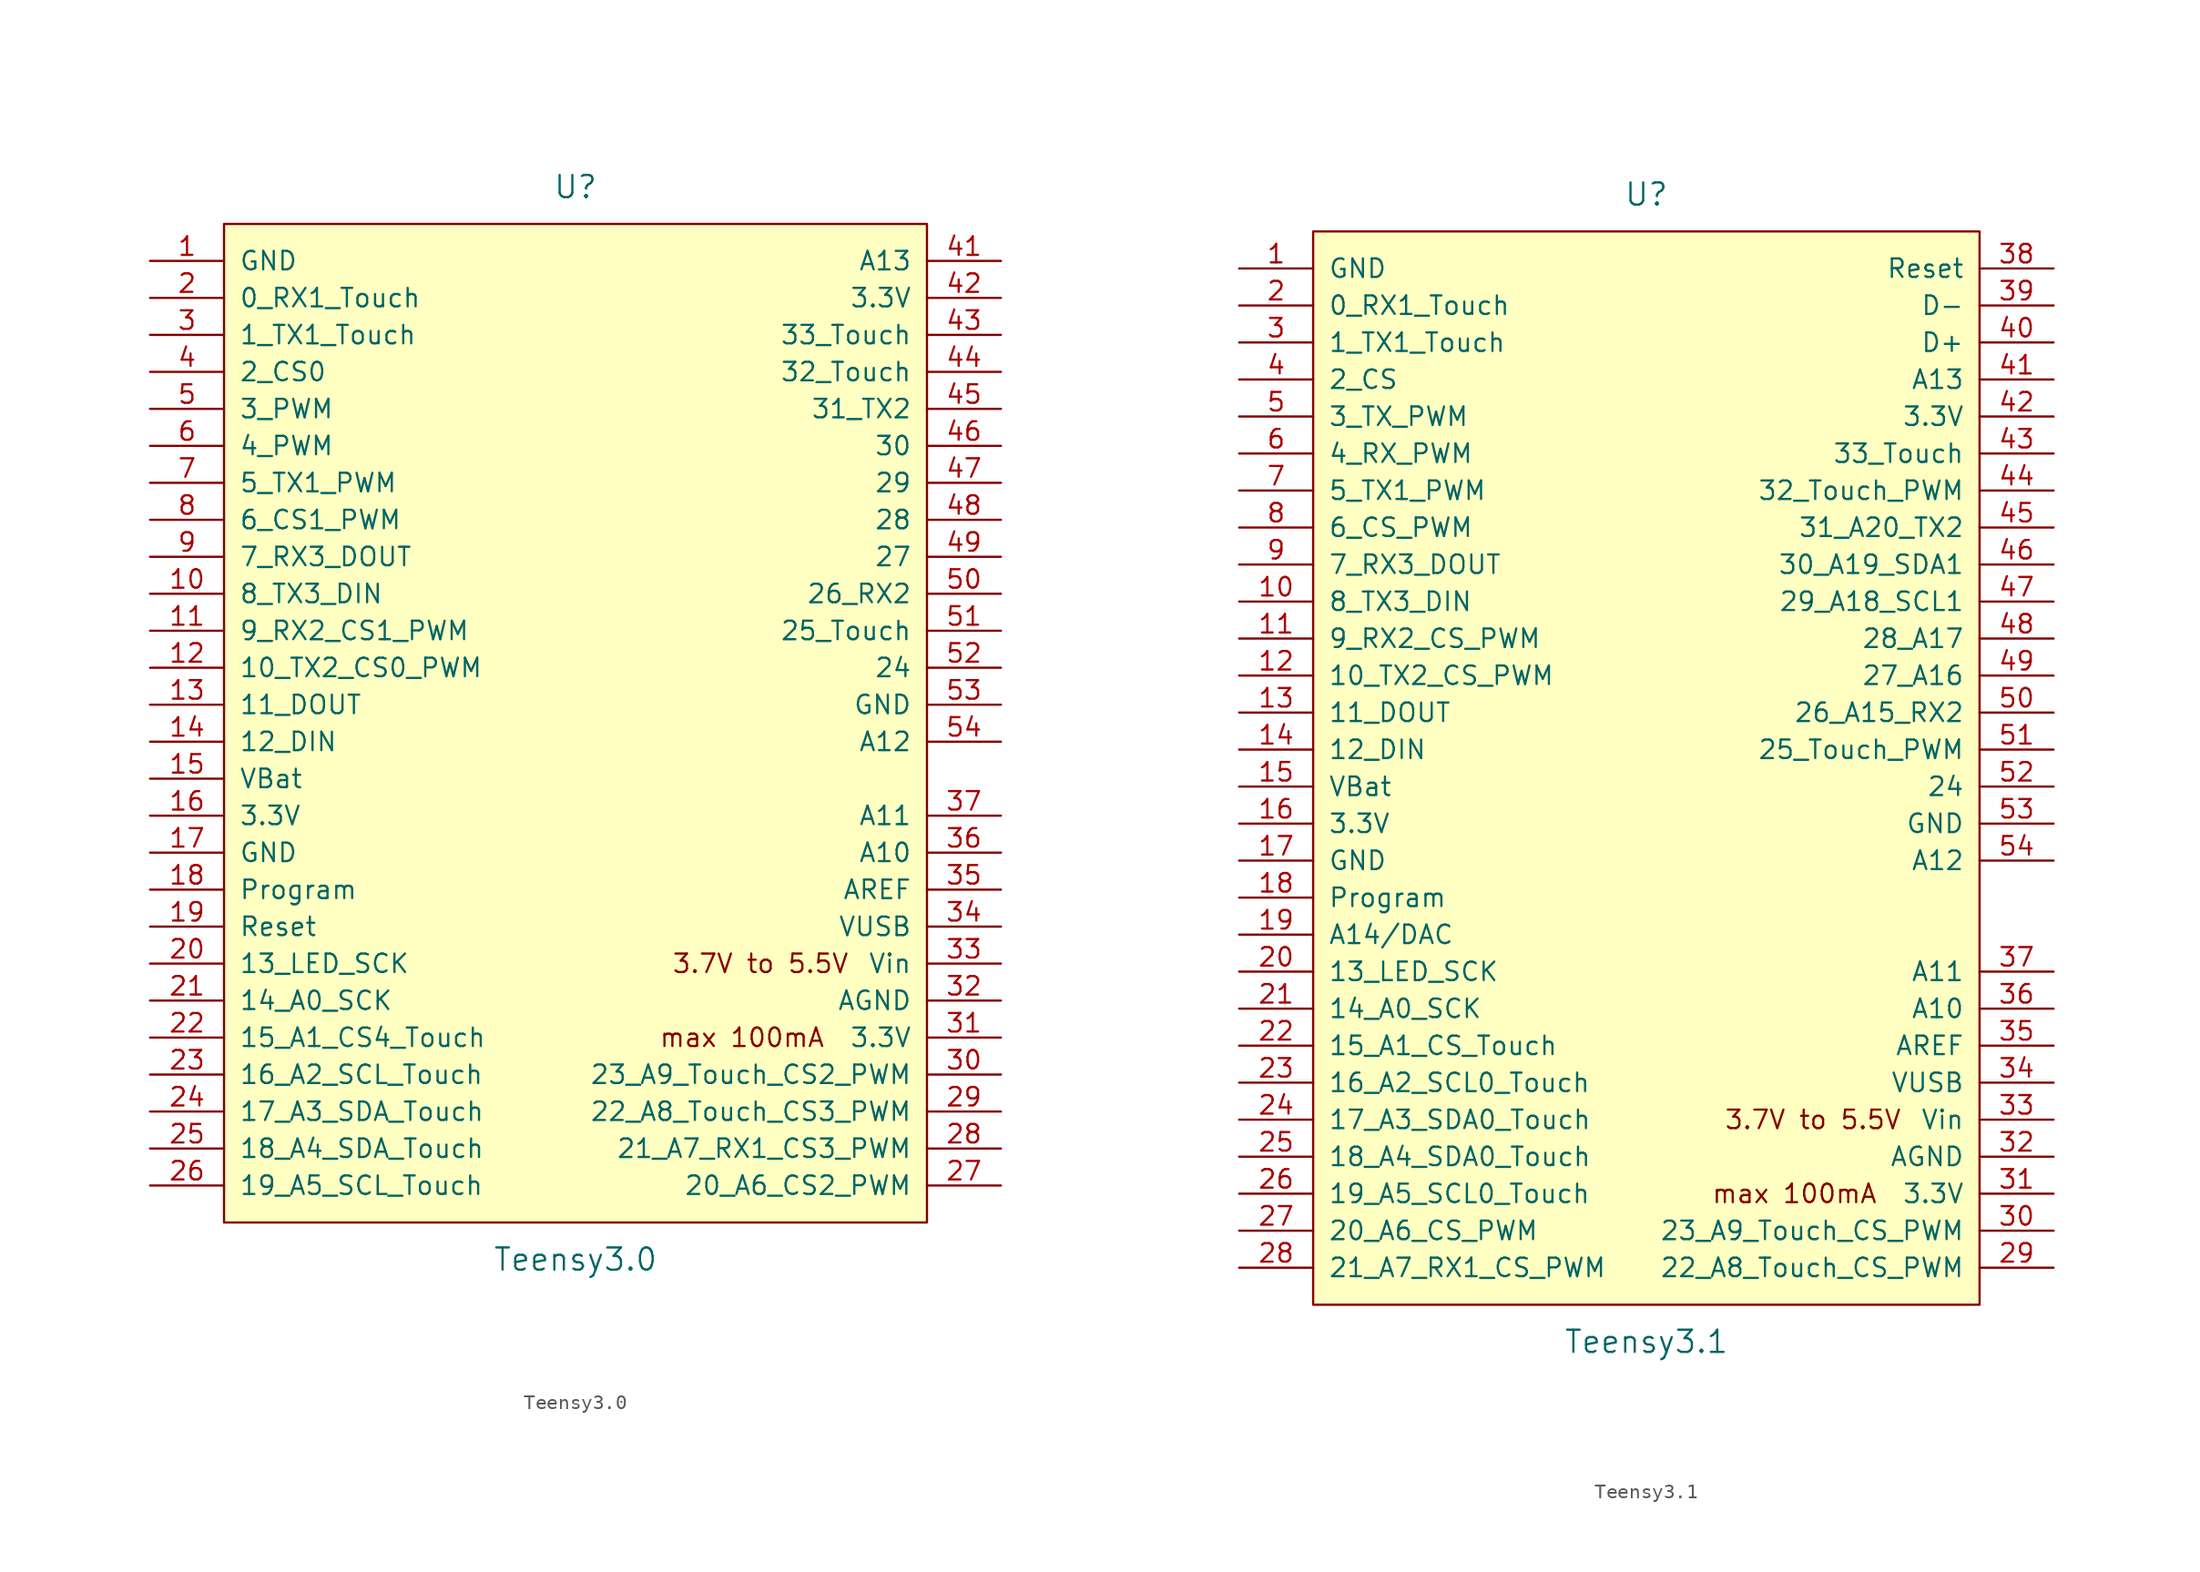
<source format=kicad_sym>
(kicad_symbol_lib
  (version 20220914)
  (generator kicad_symbol_editor)
  (symbol "Teensy3.0"
    (pin_names
      (offset 1.016))
    (property "Reference" "U"
      (at 0 36.83 0)
      (effects (font (size 1.524 1.524))))
    (property "Value" "Teensy3.0"
      (at 0 -36.83 0)
      (effects (font (size 1.524 1.524))))
    (property "Footprint" ""
      (at 0 -21.59 0)
      (effects (font (size 1.524 1.524))))
    (property "Datasheet" ""
      (at 0 -21.59 0)
      (effects (font (size 1.524 1.524))))
    (symbol "Teensy3.0_0_0"
      (text "3.7V to 5.5V" (at 12.7 -16.51 0) (effects (font (size 1.27 1.27))))
      (text "max 100mA" (at 11.43 -21.59 0) (effects (font (size 1.27 1.27)))))
    (symbol "Teensy3.0_1_1"
      (rectangle (start -24.13 34.29) (end 24.13 -34.29) (stroke (width 0) (type solid)) (fill (type background)))
      (pin power_in line (at -29.21 31.75 0) (length 5.08) (name "GND" (effects (font (size 1.27 1.27)))) (number "1" (effects (font (size 1.27 1.27)))))
      (pin bidirectional line (at -29.21 8.89 0) (length 5.08) (name "8_TX3_DIN" (effects (font (size 1.27 1.27)))) (number "10" (effects (font (size 1.27 1.27)))))
      (pin bidirectional line (at -29.21 6.35 0) (length 5.08) (name "9_RX2_CS1_PWM" (effects (font (size 1.27 1.27)))) (number "11" (effects (font (size 1.27 1.27)))))
      (pin bidirectional line (at -29.21 3.81 0) (length 5.08) (name "10_TX2_CS0_PWM" (effects (font (size 1.27 1.27)))) (number "12" (effects (font (size 1.27 1.27)))))
      (pin bidirectional line (at -29.21 1.27 0) (length 5.08) (name "11_DOUT" (effects (font (size 1.27 1.27)))) (number "13" (effects (font (size 1.27 1.27)))))
      (pin bidirectional line (at -29.21 -1.27 0) (length 5.08) (name "12_DIN" (effects (font (size 1.27 1.27)))) (number "14" (effects (font (size 1.27 1.27)))))
      (pin power_in line (at -29.21 -3.81 0) (length 5.08) (name "VBat" (effects (font (size 1.27 1.27)))) (number "15" (effects (font (size 1.27 1.27)))))
      (pin power_in line (at -29.21 -6.35 0) (length 5.08) (name "3.3V" (effects (font (size 1.27 1.27)))) (number "16" (effects (font (size 1.27 1.27)))))
      (pin power_in line (at -29.21 -8.89 0) (length 5.08) (name "GND" (effects (font (size 1.27 1.27)))) (number "17" (effects (font (size 1.27 1.27)))))
      (pin input line (at -29.21 -11.43 0) (length 5.08) (name "Program" (effects (font (size 1.27 1.27)))) (number "18" (effects (font (size 1.27 1.27)))))
      (pin input line (at -29.21 -13.97 0) (length 5.08) (name "Reset" (effects (font (size 1.27 1.27)))) (number "19" (effects (font (size 1.27 1.27)))))
      (pin bidirectional line (at -29.21 29.21 0) (length 5.08) (name "0_RX1_Touch" (effects (font (size 1.27 1.27)))) (number "2" (effects (font (size 1.27 1.27)))))
      (pin bidirectional line (at -29.21 -16.51 0) (length 5.08) (name "13_LED_SCK" (effects (font (size 1.27 1.27)))) (number "20" (effects (font (size 1.27 1.27)))))
      (pin bidirectional line (at -29.21 -19.05 0) (length 5.08) (name "14_A0_SCK" (effects (font (size 1.27 1.27)))) (number "21" (effects (font (size 1.27 1.27)))))
      (pin bidirectional line (at -29.21 -21.59 0) (length 5.08) (name "15_A1_CS4_Touch" (effects (font (size 1.27 1.27)))) (number "22" (effects (font (size 1.27 1.27)))))
      (pin bidirectional line (at -29.21 -24.13 0) (length 5.08) (name "16_A2_SCL_Touch" (effects (font (size 1.27 1.27)))) (number "23" (effects (font (size 1.27 1.27)))))
      (pin bidirectional line (at -29.21 -26.67 0) (length 5.08) (name "17_A3_SDA_Touch" (effects (font (size 1.27 1.27)))) (number "24" (effects (font (size 1.27 1.27)))))
      (pin bidirectional line (at -29.21 -29.21 0) (length 5.08) (name "18_A4_SDA_Touch" (effects (font (size 1.27 1.27)))) (number "25" (effects (font (size 1.27 1.27)))))
      (pin bidirectional line (at -29.21 -31.75 0) (length 5.08) (name "19_A5_SCL_Touch" (effects (font (size 1.27 1.27)))) (number "26" (effects (font (size 1.27 1.27)))))
      (pin bidirectional line (at 29.21 -31.75 180) (length 5.08) (name "20_A6_CS2_PWM" (effects (font (size 1.27 1.27)))) (number "27" (effects (font (size 1.27 1.27)))))
      (pin bidirectional line (at 29.21 -29.21 180) (length 5.08) (name "21_A7_RX1_CS3_PWM" (effects (font (size 1.27 1.27)))) (number "28" (effects (font (size 1.27 1.27)))))
      (pin bidirectional line (at 29.21 -26.67 180) (length 5.08) (name "22_A8_Touch_CS3_PWM" (effects (font (size 1.27 1.27)))) (number "29" (effects (font (size 1.27 1.27)))))
      (pin bidirectional line (at -29.21 26.67 0) (length 5.08) (name "1_TX1_Touch" (effects (font (size 1.27 1.27)))) (number "3" (effects (font (size 1.27 1.27)))))
      (pin bidirectional line (at 29.21 -24.13 180) (length 5.08) (name "23_A9_Touch_CS2_PWM" (effects (font (size 1.27 1.27)))) (number "30" (effects (font (size 1.27 1.27)))))
      (pin power_out line (at 29.21 -21.59 180) (length 5.08) (name "3.3V" (effects (font (size 1.27 1.27)))) (number "31" (effects (font (size 1.27 1.27)))))
      (pin power_out line (at 29.21 -19.05 180) (length 5.08) (name "AGND" (effects (font (size 1.27 1.27)))) (number "32" (effects (font (size 1.27 1.27)))))
      (pin power_in line (at 29.21 -16.51 180) (length 5.08) (name "Vin" (effects (font (size 1.27 1.27)))) (number "33" (effects (font (size 1.27 1.27)))))
      (pin power_in line (at 29.21 -13.97 180) (length 5.08) (name "VUSB" (effects (font (size 1.27 1.27)))) (number "34" (effects (font (size 1.27 1.27)))))
      (pin input line (at 29.21 -11.43 180) (length 5.08) (name "AREF" (effects (font (size 1.27 1.27)))) (number "35" (effects (font (size 1.27 1.27)))))
      (pin bidirectional line (at 29.21 -8.89 180) (length 5.08) (name "A10" (effects (font (size 1.27 1.27)))) (number "36" (effects (font (size 1.27 1.27)))))
      (pin bidirectional line (at 29.21 -6.35 180) (length 5.08) (name "A11" (effects (font (size 1.27 1.27)))) (number "37" (effects (font (size 1.27 1.27)))))
      (pin bidirectional line (at -29.21 24.13 0) (length 5.08) (name "2_CS0" (effects (font (size 1.27 1.27)))) (number "4" (effects (font (size 1.27 1.27)))))
      (pin bidirectional line (at 29.21 31.75 180) (length 5.08) (name "A13" (effects (font (size 1.27 1.27)))) (number "41" (effects (font (size 1.27 1.27)))))
      (pin power_in line (at 29.21 29.21 180) (length 5.08) (name "3.3V" (effects (font (size 1.27 1.27)))) (number "42" (effects (font (size 1.27 1.27)))))
      (pin bidirectional line (at 29.21 26.67 180) (length 5.08) (name "33_Touch" (effects (font (size 1.27 1.27)))) (number "43" (effects (font (size 1.27 1.27)))))
      (pin bidirectional line (at 29.21 24.13 180) (length 5.08) (name "32_Touch" (effects (font (size 1.27 1.27)))) (number "44" (effects (font (size 1.27 1.27)))))
      (pin bidirectional line (at 29.21 21.59 180) (length 5.08) (name "31_TX2" (effects (font (size 1.27 1.27)))) (number "45" (effects (font (size 1.27 1.27)))))
      (pin bidirectional line (at 29.21 19.05 180) (length 5.08) (name "30" (effects (font (size 1.27 1.27)))) (number "46" (effects (font (size 1.27 1.27)))))
      (pin bidirectional line (at 29.21 16.51 180) (length 5.08) (name "29" (effects (font (size 1.27 1.27)))) (number "47" (effects (font (size 1.27 1.27)))))
      (pin bidirectional line (at 29.21 13.97 180) (length 5.08) (name "28" (effects (font (size 1.27 1.27)))) (number "48" (effects (font (size 1.27 1.27)))))
      (pin bidirectional line (at 29.21 11.43 180) (length 5.08) (name "27" (effects (font (size 1.27 1.27)))) (number "49" (effects (font (size 1.27 1.27)))))
      (pin bidirectional line (at -29.21 21.59 0) (length 5.08) (name "3_PWM" (effects (font (size 1.27 1.27)))) (number "5" (effects (font (size 1.27 1.27)))))
      (pin bidirectional line (at 29.21 8.89 180) (length 5.08) (name "26_RX2" (effects (font (size 1.27 1.27)))) (number "50" (effects (font (size 1.27 1.27)))))
      (pin bidirectional line (at 29.21 6.35 180) (length 5.08) (name "25_Touch" (effects (font (size 1.27 1.27)))) (number "51" (effects (font (size 1.27 1.27)))))
      (pin bidirectional line (at 29.21 3.81 180) (length 5.08) (name "24" (effects (font (size 1.27 1.27)))) (number "52" (effects (font (size 1.27 1.27)))))
      (pin power_in line (at 29.21 1.27 180) (length 5.08) (name "GND" (effects (font (size 1.27 1.27)))) (number "53" (effects (font (size 1.27 1.27)))))
      (pin bidirectional line (at 29.21 -1.27 180) (length 5.08) (name "A12" (effects (font (size 1.27 1.27)))) (number "54" (effects (font (size 1.27 1.27)))))
      (pin bidirectional line (at -29.21 19.05 0) (length 5.08) (name "4_PWM" (effects (font (size 1.27 1.27)))) (number "6" (effects (font (size 1.27 1.27)))))
      (pin bidirectional line (at -29.21 16.51 0) (length 5.08) (name "5_TX1_PWM" (effects (font (size 1.27 1.27)))) (number "7" (effects (font (size 1.27 1.27)))))
      (pin bidirectional line (at -29.21 13.97 0) (length 5.08) (name "6_CS1_PWM" (effects (font (size 1.27 1.27)))) (number "8" (effects (font (size 1.27 1.27)))))
      (pin bidirectional line (at -29.21 11.43 0) (length 5.08) (name "7_RX3_DOUT" (effects (font (size 1.27 1.27)))) (number "9" (effects (font (size 1.27 1.27)))))))
  (symbol "Teensy3.1"
    (pin_names
      (offset 1.016))
    (property "Reference" "U"
      (at 0 39.37 0)
      (effects (font (size 1.524 1.524))))
    (property "Value" "Teensy3.1"
      (at 0 -39.37 0)
      (effects (font (size 1.524 1.524))))
    (property "Footprint" ""
      (at 0 -19.05 0)
      (effects (font (size 1.524 1.524))))
    (property "Datasheet" ""
      (at 0 -19.05 0)
      (effects (font (size 1.524 1.524))))
    (symbol "Teensy3.1_0_0"
      (text "3.7V to 5.5V" (at 11.43 -24.13 0) (effects (font (size 1.27 1.27))))
      (text "max 100mA" (at 10.16 -29.21 0) (effects (font (size 1.27 1.27)))))
    (symbol "Teensy3.1_1_1"
      (rectangle (start -22.86 36.83) (end 22.86 -36.83) (stroke (width 0) (type solid)) (fill (type background)))
      (pin power_in line (at -27.94 34.29 0) (length 5.08) (name "GND" (effects (font (size 1.27 1.27)))) (number "1" (effects (font (size 1.27 1.27)))))
      (pin bidirectional line (at -27.94 11.43 0) (length 5.08) (name "8_TX3_DIN" (effects (font (size 1.27 1.27)))) (number "10" (effects (font (size 1.27 1.27)))))
      (pin bidirectional line (at -27.94 8.89 0) (length 5.08) (name "9_RX2_CS_PWM" (effects (font (size 1.27 1.27)))) (number "11" (effects (font (size 1.27 1.27)))))
      (pin bidirectional line (at -27.94 6.35 0) (length 5.08) (name "10_TX2_CS_PWM" (effects (font (size 1.27 1.27)))) (number "12" (effects (font (size 1.27 1.27)))))
      (pin bidirectional line (at -27.94 3.81 0) (length 5.08) (name "11_DOUT" (effects (font (size 1.27 1.27)))) (number "13" (effects (font (size 1.27 1.27)))))
      (pin bidirectional line (at -27.94 1.27 0) (length 5.08) (name "12_DIN" (effects (font (size 1.27 1.27)))) (number "14" (effects (font (size 1.27 1.27)))))
      (pin power_in line (at -27.94 -1.27 0) (length 5.08) (name "VBat" (effects (font (size 1.27 1.27)))) (number "15" (effects (font (size 1.27 1.27)))))
      (pin power_in line (at -27.94 -3.81 0) (length 5.08) (name "3.3V" (effects (font (size 1.27 1.27)))) (number "16" (effects (font (size 1.27 1.27)))))
      (pin power_in line (at -27.94 -6.35 0) (length 5.08) (name "GND" (effects (font (size 1.27 1.27)))) (number "17" (effects (font (size 1.27 1.27)))))
      (pin input line (at -27.94 -8.89 0) (length 5.08) (name "Program" (effects (font (size 1.27 1.27)))) (number "18" (effects (font (size 1.27 1.27)))))
      (pin bidirectional line (at -27.94 -11.43 0) (length 5.08) (name "A14/DAC" (effects (font (size 1.27 1.27)))) (number "19" (effects (font (size 1.27 1.27)))))
      (pin bidirectional line (at -27.94 31.75 0) (length 5.08) (name "0_RX1_Touch" (effects (font (size 1.27 1.27)))) (number "2" (effects (font (size 1.27 1.27)))))
      (pin bidirectional line (at -27.94 -13.97 0) (length 5.08) (name "13_LED_SCK" (effects (font (size 1.27 1.27)))) (number "20" (effects (font (size 1.27 1.27)))))
      (pin bidirectional line (at -27.94 -16.51 0) (length 5.08) (name "14_A0_SCK" (effects (font (size 1.27 1.27)))) (number "21" (effects (font (size 1.27 1.27)))))
      (pin bidirectional line (at -27.94 -19.05 0) (length 5.08) (name "15_A1_CS_Touch" (effects (font (size 1.27 1.27)))) (number "22" (effects (font (size 1.27 1.27)))))
      (pin bidirectional line (at -27.94 -21.59 0) (length 5.08) (name "16_A2_SCL0_Touch" (effects (font (size 1.27 1.27)))) (number "23" (effects (font (size 1.27 1.27)))))
      (pin bidirectional line (at -27.94 -24.13 0) (length 5.08) (name "17_A3_SDA0_Touch" (effects (font (size 1.27 1.27)))) (number "24" (effects (font (size 1.27 1.27)))))
      (pin bidirectional line (at -27.94 -26.67 0) (length 5.08) (name "18_A4_SDA0_Touch" (effects (font (size 1.27 1.27)))) (number "25" (effects (font (size 1.27 1.27)))))
      (pin bidirectional line (at -27.94 -29.21 0) (length 5.08) (name "19_A5_SCL0_Touch" (effects (font (size 1.27 1.27)))) (number "26" (effects (font (size 1.27 1.27)))))
      (pin bidirectional line (at -27.94 -31.75 0) (length 5.08) (name "20_A6_CS_PWM" (effects (font (size 1.27 1.27)))) (number "27" (effects (font (size 1.27 1.27)))))
      (pin bidirectional line (at -27.94 -34.29 0) (length 5.08) (name "21_A7_RX1_CS_PWM" (effects (font (size 1.27 1.27)))) (number "28" (effects (font (size 1.27 1.27)))))
      (pin bidirectional line (at 27.94 -34.29 180) (length 5.08) (name "22_A8_Touch_CS_PWM" (effects (font (size 1.27 1.27)))) (number "29" (effects (font (size 1.27 1.27)))))
      (pin bidirectional line (at -27.94 29.21 0) (length 5.08) (name "1_TX1_Touch" (effects (font (size 1.27 1.27)))) (number "3" (effects (font (size 1.27 1.27)))))
      (pin bidirectional line (at 27.94 -31.75 180) (length 5.08) (name "23_A9_Touch_CS_PWM" (effects (font (size 1.27 1.27)))) (number "30" (effects (font (size 1.27 1.27)))))
      (pin power_out line (at 27.94 -29.21 180) (length 5.08) (name "3.3V" (effects (font (size 1.27 1.27)))) (number "31" (effects (font (size 1.27 1.27)))))
      (pin power_out line (at 27.94 -26.67 180) (length 5.08) (name "AGND" (effects (font (size 1.27 1.27)))) (number "32" (effects (font (size 1.27 1.27)))))
      (pin power_in line (at 27.94 -24.13 180) (length 5.08) (name "Vin" (effects (font (size 1.27 1.27)))) (number "33" (effects (font (size 1.27 1.27)))))
      (pin power_in line (at 27.94 -21.59 180) (length 5.08) (name "VUSB" (effects (font (size 1.27 1.27)))) (number "34" (effects (font (size 1.27 1.27)))))
      (pin input line (at 27.94 -19.05 180) (length 5.08) (name "AREF" (effects (font (size 1.27 1.27)))) (number "35" (effects (font (size 1.27 1.27)))))
      (pin bidirectional line (at 27.94 -16.51 180) (length 5.08) (name "A10" (effects (font (size 1.27 1.27)))) (number "36" (effects (font (size 1.27 1.27)))))
      (pin bidirectional line (at 27.94 -13.97 180) (length 5.08) (name "A11" (effects (font (size 1.27 1.27)))) (number "37" (effects (font (size 1.27 1.27)))))
      (pin input line (at 27.94 34.29 180) (length 5.08) (name "Reset" (effects (font (size 1.27 1.27)))) (number "38" (effects (font (size 1.27 1.27)))))
      (pin bidirectional line (at 27.94 31.75 180) (length 5.08) (name "D-" (effects (font (size 1.27 1.27)))) (number "39" (effects (font (size 1.27 1.27)))))
      (pin bidirectional line (at -27.94 26.67 0) (length 5.08) (name "2_CS" (effects (font (size 1.27 1.27)))) (number "4" (effects (font (size 1.27 1.27)))))
      (pin bidirectional line (at 27.94 29.21 180) (length 5.08) (name "D+" (effects (font (size 1.27 1.27)))) (number "40" (effects (font (size 1.27 1.27)))))
      (pin bidirectional line (at 27.94 26.67 180) (length 5.08) (name "A13" (effects (font (size 1.27 1.27)))) (number "41" (effects (font (size 1.27 1.27)))))
      (pin power_in line (at 27.94 24.13 180) (length 5.08) (name "3.3V" (effects (font (size 1.27 1.27)))) (number "42" (effects (font (size 1.27 1.27)))))
      (pin bidirectional line (at 27.94 21.59 180) (length 5.08) (name "33_Touch" (effects (font (size 1.27 1.27)))) (number "43" (effects (font (size 1.27 1.27)))))
      (pin bidirectional line (at 27.94 19.05 180) (length 5.08) (name "32_Touch_PWM" (effects (font (size 1.27 1.27)))) (number "44" (effects (font (size 1.27 1.27)))))
      (pin bidirectional line (at 27.94 16.51 180) (length 5.08) (name "31_A20_TX2" (effects (font (size 1.27 1.27)))) (number "45" (effects (font (size 1.27 1.27)))))
      (pin bidirectional line (at 27.94 13.97 180) (length 5.08) (name "30_A19_SDA1" (effects (font (size 1.27 1.27)))) (number "46" (effects (font (size 1.27 1.27)))))
      (pin bidirectional line (at 27.94 11.43 180) (length 5.08) (name "29_A18_SCL1" (effects (font (size 1.27 1.27)))) (number "47" (effects (font (size 1.27 1.27)))))
      (pin bidirectional line (at 27.94 8.89 180) (length 5.08) (name "28_A17" (effects (font (size 1.27 1.27)))) (number "48" (effects (font (size 1.27 1.27)))))
      (pin bidirectional line (at 27.94 6.35 180) (length 5.08) (name "27_A16" (effects (font (size 1.27 1.27)))) (number "49" (effects (font (size 1.27 1.27)))))
      (pin bidirectional line (at -27.94 24.13 0) (length 5.08) (name "3_TX_PWM" (effects (font (size 1.27 1.27)))) (number "5" (effects (font (size 1.27 1.27)))))
      (pin bidirectional line (at 27.94 3.81 180) (length 5.08) (name "26_A15_RX2" (effects (font (size 1.27 1.27)))) (number "50" (effects (font (size 1.27 1.27)))))
      (pin bidirectional line (at 27.94 1.27 180) (length 5.08) (name "25_Touch_PWM" (effects (font (size 1.27 1.27)))) (number "51" (effects (font (size 1.27 1.27)))))
      (pin bidirectional line (at 27.94 -1.27 180) (length 5.08) (name "24" (effects (font (size 1.27 1.27)))) (number "52" (effects (font (size 1.27 1.27)))))
      (pin power_in line (at 27.94 -3.81 180) (length 5.08) (name "GND" (effects (font (size 1.27 1.27)))) (number "53" (effects (font (size 1.27 1.27)))))
      (pin bidirectional line (at 27.94 -6.35 180) (length 5.08) (name "A12" (effects (font (size 1.27 1.27)))) (number "54" (effects (font (size 1.27 1.27)))))
      (pin bidirectional line (at -27.94 21.59 0) (length 5.08) (name "4_RX_PWM" (effects (font (size 1.27 1.27)))) (number "6" (effects (font (size 1.27 1.27)))))
      (pin bidirectional line (at -27.94 19.05 0) (length 5.08) (name "5_TX1_PWM" (effects (font (size 1.27 1.27)))) (number "7" (effects (font (size 1.27 1.27)))))
      (pin bidirectional line (at -27.94 16.51 0) (length 5.08) (name "6_CS_PWM" (effects (font (size 1.27 1.27)))) (number "8" (effects (font (size 1.27 1.27)))))
      (pin bidirectional line (at -27.94 13.97 0) (length 5.08) (name "7_RX3_DOUT" (effects (font (size 1.27 1.27)))) (number "9" (effects (font (size 1.27 1.27))))))))
</source>
